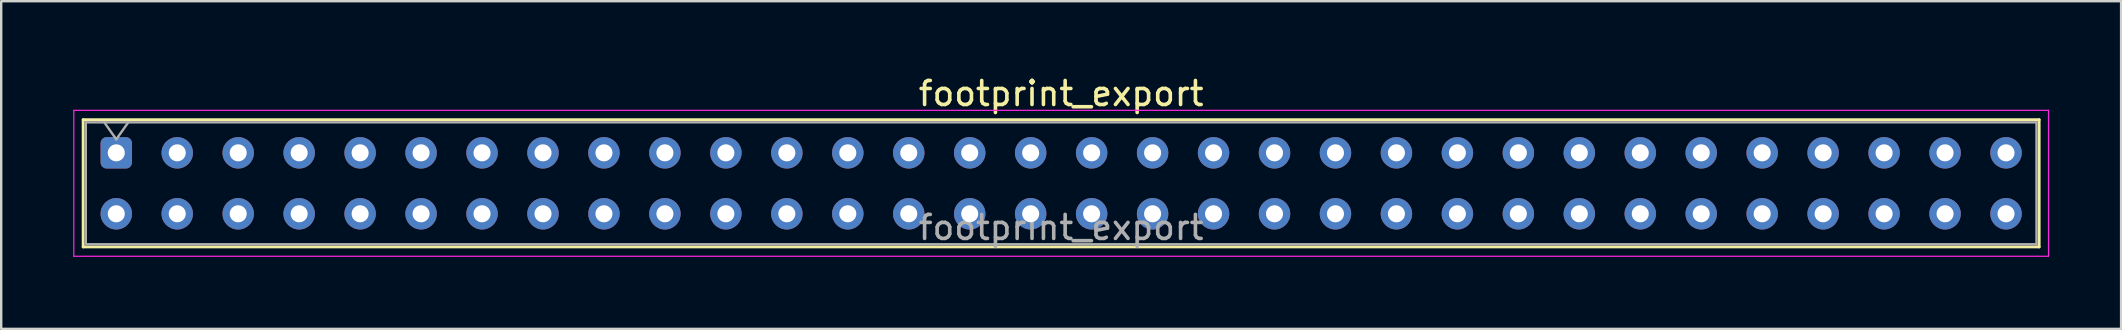
<source format=kicad_pcb>
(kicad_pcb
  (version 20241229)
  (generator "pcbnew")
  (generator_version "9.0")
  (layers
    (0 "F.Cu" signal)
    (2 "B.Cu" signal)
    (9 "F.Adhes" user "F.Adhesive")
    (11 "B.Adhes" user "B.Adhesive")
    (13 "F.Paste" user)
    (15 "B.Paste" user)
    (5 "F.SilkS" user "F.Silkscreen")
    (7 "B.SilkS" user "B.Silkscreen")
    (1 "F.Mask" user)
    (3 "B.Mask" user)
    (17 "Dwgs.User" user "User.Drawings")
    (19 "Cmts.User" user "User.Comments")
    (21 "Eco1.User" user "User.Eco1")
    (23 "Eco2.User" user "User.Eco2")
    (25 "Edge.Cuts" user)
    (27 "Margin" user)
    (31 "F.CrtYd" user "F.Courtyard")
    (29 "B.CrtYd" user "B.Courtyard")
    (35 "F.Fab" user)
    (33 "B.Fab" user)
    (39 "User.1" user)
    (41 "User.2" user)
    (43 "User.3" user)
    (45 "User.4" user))
  (footprint "footprint_export"
    (layer "F.Cu")
    (at 1.795 3.318)
    (property "Reference" "footprint_export" (at 39.37 -2.47 0) (layer "F.SilkS") (effects (font (size 1 1) (thickness 0.15))))
    (attr through_hole)
    (fp_line (start -1.38 -1.38) (end 80.12 -1.38) (stroke (width 0.12) (type solid)) (layer "F.SilkS"))
    (fp_line (start -1.38 3.92) (end -1.38 -1.38) (stroke (width 0.12) (type solid)) (layer "F.SilkS"))
    (fp_line (start 80.12 -1.38) (end 80.12 3.92) (stroke (width 0.12) (type solid)) (layer "F.SilkS"))
    (fp_line (start 80.12 3.92) (end -1.38 3.92) (stroke (width 0.12) (type solid)) (layer "F.SilkS"))
    (fp_line (start -1.77 -1.77) (end 80.51 -1.77) (stroke (width 0.05) (type solid)) (layer "F.CrtYd"))
    (fp_line (start -1.77 4.31) (end -1.77 -1.77) (stroke (width 0.05) (type solid)) (layer "F.CrtYd"))
    (fp_line (start 80.51 -1.77) (end 80.51 4.31) (stroke (width 0.05) (type solid)) (layer "F.CrtYd"))
    (fp_line (start 80.51 4.31) (end -1.77 4.31) (stroke (width 0.05) (type solid)) (layer "F.CrtYd"))
    (fp_line (start -1.27 -1.27) (end 80.01 -1.27) (stroke (width 0.1) (type solid)) (layer "F.Fab"))
    (fp_line (start -1.27 3.81) (end -1.27 -1.27) (stroke (width 0.1) (type solid)) (layer "F.Fab"))
    (fp_line (start -0.5 -1.27) (end 0 -0.563) (stroke (width 0.1) (type solid)) (layer "F.Fab"))
    (fp_line (start 0 -0.563) (end 0.5 -1.27) (stroke (width 0.1) (type solid)) (layer "F.Fab"))
    (fp_line (start 80.01 -1.27) (end 80.01 3.81) (stroke (width 0.1) (type solid)) (layer "F.Fab"))
    (fp_line (start 80.01 3.81) (end -1.27 3.81) (stroke (width 0.1) (type solid)) (layer "F.Fab"))
    (fp_text user "${REFERENCE}" (at 39.37 3.11 0) (layer "F.Fab") (effects (font (size 1 1) (thickness 0.15))))
    (pad "1" thru_hole roundrect (at 0 0) (size 1.31 1.31) (drill 0.71) (layers "*.Cu" "*.Mask") (roundrect_rratio 0.191))
    (pad "2" thru_hole circle (at 0 2.54) (size 1.31 1.31) (drill 0.71) (layers "*.Cu" "*.Mask"))
    (pad "3" thru_hole circle (at 2.54 0) (size 1.31 1.31) (drill 0.71) (layers "*.Cu" "*.Mask"))
    (pad "4" thru_hole circle (at 2.54 2.54) (size 1.31 1.31) (drill 0.71) (layers "*.Cu" "*.Mask"))
    (pad "5" thru_hole circle (at 5.08 0) (size 1.31 1.31) (drill 0.71) (layers "*.Cu" "*.Mask"))
    (pad "6" thru_hole circle (at 5.08 2.54) (size 1.31 1.31) (drill 0.71) (layers "*.Cu" "*.Mask"))
    (pad "7" thru_hole circle (at 7.62 0) (size 1.31 1.31) (drill 0.71) (layers "*.Cu" "*.Mask"))
    (pad "8" thru_hole circle (at 7.62 2.54) (size 1.31 1.31) (drill 0.71) (layers "*.Cu" "*.Mask"))
    (pad "9" thru_hole circle (at 10.16 0) (size 1.31 1.31) (drill 0.71) (layers "*.Cu" "*.Mask"))
    (pad "10" thru_hole circle (at 10.16 2.54) (size 1.31 1.31) (drill 0.71) (layers "*.Cu" "*.Mask"))
    (pad "11" thru_hole circle (at 12.7 0) (size 1.31 1.31) (drill 0.71) (layers "*.Cu" "*.Mask"))
    (pad "12" thru_hole circle (at 12.7 2.54) (size 1.31 1.31) (drill 0.71) (layers "*.Cu" "*.Mask"))
    (pad "13" thru_hole circle (at 15.24 0) (size 1.31 1.31) (drill 0.71) (layers "*.Cu" "*.Mask"))
    (pad "14" thru_hole circle (at 15.24 2.54) (size 1.31 1.31) (drill 0.71) (layers "*.Cu" "*.Mask"))
    (pad "15" thru_hole circle (at 17.78 0) (size 1.31 1.31) (drill 0.71) (layers "*.Cu" "*.Mask"))
    (pad "16" thru_hole circle (at 17.78 2.54) (size 1.31 1.31) (drill 0.71) (layers "*.Cu" "*.Mask"))
    (pad "17" thru_hole circle (at 20.32 0) (size 1.31 1.31) (drill 0.71) (layers "*.Cu" "*.Mask"))
    (pad "18" thru_hole circle (at 20.32 2.54) (size 1.31 1.31) (drill 0.71) (layers "*.Cu" "*.Mask"))
    (pad "19" thru_hole circle (at 22.86 0) (size 1.31 1.31) (drill 0.71) (layers "*.Cu" "*.Mask"))
    (pad "20" thru_hole circle (at 22.86 2.54) (size 1.31 1.31) (drill 0.71) (layers "*.Cu" "*.Mask"))
    (pad "21" thru_hole circle (at 25.4 0) (size 1.31 1.31) (drill 0.71) (layers "*.Cu" "*.Mask"))
    (pad "22" thru_hole circle (at 25.4 2.54) (size 1.31 1.31) (drill 0.71) (layers "*.Cu" "*.Mask"))
    (pad "23" thru_hole circle (at 27.94 0) (size 1.31 1.31) (drill 0.71) (layers "*.Cu" "*.Mask"))
    (pad "24" thru_hole circle (at 27.94 2.54) (size 1.31 1.31) (drill 0.71) (layers "*.Cu" "*.Mask"))
    (pad "25" thru_hole circle (at 30.48 0) (size 1.31 1.31) (drill 0.71) (layers "*.Cu" "*.Mask"))
    (pad "26" thru_hole circle (at 30.48 2.54) (size 1.31 1.31) (drill 0.71) (layers "*.Cu" "*.Mask"))
    (pad "27" thru_hole circle (at 33.02 0) (size 1.31 1.31) (drill 0.71) (layers "*.Cu" "*.Mask"))
    (pad "28" thru_hole circle (at 33.02 2.54) (size 1.31 1.31) (drill 0.71) (layers "*.Cu" "*.Mask"))
    (pad "29" thru_hole circle (at 35.56 0) (size 1.31 1.31) (drill 0.71) (layers "*.Cu" "*.Mask"))
    (pad "30" thru_hole circle (at 35.56 2.54) (size 1.31 1.31) (drill 0.71) (layers "*.Cu" "*.Mask"))
    (pad "31" thru_hole circle (at 38.1 0) (size 1.31 1.31) (drill 0.71) (layers "*.Cu" "*.Mask"))
    (pad "32" thru_hole circle (at 38.1 2.54) (size 1.31 1.31) (drill 0.71) (layers "*.Cu" "*.Mask"))
    (pad "33" thru_hole circle (at 40.64 0) (size 1.31 1.31) (drill 0.71) (layers "*.Cu" "*.Mask"))
    (pad "34" thru_hole circle (at 40.64 2.54) (size 1.31 1.31) (drill 0.71) (layers "*.Cu" "*.Mask"))
    (pad "35" thru_hole circle (at 43.18 0) (size 1.31 1.31) (drill 0.71) (layers "*.Cu" "*.Mask"))
    (pad "36" thru_hole circle (at 43.18 2.54) (size 1.31 1.31) (drill 0.71) (layers "*.Cu" "*.Mask"))
    (pad "37" thru_hole circle (at 45.72 0) (size 1.31 1.31) (drill 0.71) (layers "*.Cu" "*.Mask"))
    (pad "38" thru_hole circle (at 45.72 2.54) (size 1.31 1.31) (drill 0.71) (layers "*.Cu" "*.Mask"))
    (pad "39" thru_hole circle (at 48.26 0) (size 1.31 1.31) (drill 0.71) (layers "*.Cu" "*.Mask"))
    (pad "40" thru_hole circle (at 48.26 2.54) (size 1.31 1.31) (drill 0.71) (layers "*.Cu" "*.Mask"))
    (pad "41" thru_hole circle (at 50.8 0) (size 1.31 1.31) (drill 0.71) (layers "*.Cu" "*.Mask"))
    (pad "42" thru_hole circle (at 50.8 2.54) (size 1.31 1.31) (drill 0.71) (layers "*.Cu" "*.Mask"))
    (pad "43" thru_hole circle (at 53.34 0) (size 1.31 1.31) (drill 0.71) (layers "*.Cu" "*.Mask"))
    (pad "44" thru_hole circle (at 53.34 2.54) (size 1.31 1.31) (drill 0.71) (layers "*.Cu" "*.Mask"))
    (pad "45" thru_hole circle (at 55.88 0) (size 1.31 1.31) (drill 0.71) (layers "*.Cu" "*.Mask"))
    (pad "46" thru_hole circle (at 55.88 2.54) (size 1.31 1.31) (drill 0.71) (layers "*.Cu" "*.Mask"))
    (pad "47" thru_hole circle (at 58.42 0) (size 1.31 1.31) (drill 0.71) (layers "*.Cu" "*.Mask"))
    (pad "48" thru_hole circle (at 58.42 2.54) (size 1.31 1.31) (drill 0.71) (layers "*.Cu" "*.Mask"))
    (pad "49" thru_hole circle (at 60.96 0) (size 1.31 1.31) (drill 0.71) (layers "*.Cu" "*.Mask"))
    (pad "50" thru_hole circle (at 60.96 2.54) (size 1.31 1.31) (drill 0.71) (layers "*.Cu" "*.Mask"))
    (pad "51" thru_hole circle (at 63.5 0) (size 1.31 1.31) (drill 0.71) (layers "*.Cu" "*.Mask"))
    (pad "52" thru_hole circle (at 63.5 2.54) (size 1.31 1.31) (drill 0.71) (layers "*.Cu" "*.Mask"))
    (pad "53" thru_hole circle (at 66.04 0) (size 1.31 1.31) (drill 0.71) (layers "*.Cu" "*.Mask"))
    (pad "54" thru_hole circle (at 66.04 2.54) (size 1.31 1.31) (drill 0.71) (layers "*.Cu" "*.Mask"))
    (pad "55" thru_hole circle (at 68.58 0) (size 1.31 1.31) (drill 0.71) (layers "*.Cu" "*.Mask"))
    (pad "56" thru_hole circle (at 68.58 2.54) (size 1.31 1.31) (drill 0.71) (layers "*.Cu" "*.Mask"))
    (pad "57" thru_hole circle (at 71.12 0) (size 1.31 1.31) (drill 0.71) (layers "*.Cu" "*.Mask"))
    (pad "58" thru_hole circle (at 71.12 2.54) (size 1.31 1.31) (drill 0.71) (layers "*.Cu" "*.Mask"))
    (pad "59" thru_hole circle (at 73.66 0) (size 1.31 1.31) (drill 0.71) (layers "*.Cu" "*.Mask"))
    (pad "60" thru_hole circle (at 73.66 2.54) (size 1.31 1.31) (drill 0.71) (layers "*.Cu" "*.Mask"))
    (pad "61" thru_hole circle (at 76.2 0) (size 1.31 1.31) (drill 0.71) (layers "*.Cu" "*.Mask"))
    (pad "62" thru_hole circle (at 76.2 2.54) (size 1.31 1.31) (drill 0.71) (layers "*.Cu" "*.Mask"))
    (pad "63" thru_hole circle (at 78.74 0) (size 1.31 1.31) (drill 0.71) (layers "*.Cu" "*.Mask"))
    (pad "64" thru_hole circle (at 78.74 2.54) (size 1.31 1.31) (drill 0.71) (layers "*.Cu" "*.Mask")))
  (gr_rect
    (start -3 -3)
    (end 85.33 10.653)
    (stroke (width 0.1) (type default))
    (fill no)
    (layer "Edge.Cuts")))
</source>
